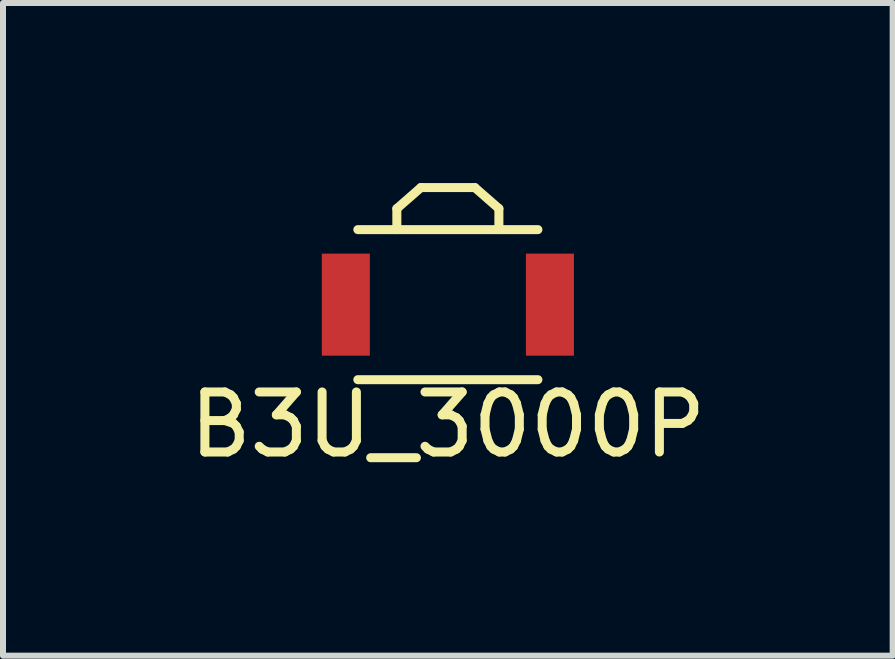
<source format=kicad_pcb>
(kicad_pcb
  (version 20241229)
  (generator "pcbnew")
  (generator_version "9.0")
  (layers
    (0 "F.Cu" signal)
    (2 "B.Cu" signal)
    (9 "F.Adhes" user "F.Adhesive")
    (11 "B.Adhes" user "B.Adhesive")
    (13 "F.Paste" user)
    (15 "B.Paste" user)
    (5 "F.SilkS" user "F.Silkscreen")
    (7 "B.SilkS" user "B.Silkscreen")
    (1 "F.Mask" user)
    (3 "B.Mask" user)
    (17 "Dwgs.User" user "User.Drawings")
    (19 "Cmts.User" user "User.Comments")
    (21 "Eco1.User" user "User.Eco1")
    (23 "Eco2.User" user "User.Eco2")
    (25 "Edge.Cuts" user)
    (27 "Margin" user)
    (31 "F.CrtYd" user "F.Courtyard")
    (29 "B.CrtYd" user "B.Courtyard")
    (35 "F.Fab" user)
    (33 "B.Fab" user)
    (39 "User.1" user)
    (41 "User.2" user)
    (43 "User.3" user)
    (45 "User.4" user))
  (footprint "B3U_3000P"
    (layer "F.Cu")
    (at 4.411 2.025)
    (property "Reference" "B3U_3000P" (at 0 2 0) (layer "F.SilkS") (effects (font (size 1 1) (thickness 0.15))))
    (attr through_hole)
    (fp_line (start -1.5 -1.25) (end 1.5 -1.25) (stroke (width 0.15) (type solid)) (layer "F.SilkS"))
    (fp_line (start -1.5 1.25) (end 1.5 1.25) (stroke (width 0.15) (type solid)) (layer "F.SilkS"))
    (fp_line (start -0.85 -1.6) (end -0.85 -1.25) (stroke (width 0.15) (type solid)) (layer "F.SilkS"))
    (fp_line (start -0.45 -1.95) (end -0.85 -1.6) (stroke (width 0.15) (type solid)) (layer "F.SilkS"))
    (fp_line (start -0.45 -1.95) (end 0.45 -1.95) (stroke (width 0.15) (type solid)) (layer "F.SilkS"))
    (fp_line (start 0.45 -1.95) (end 0.85 -1.6) (stroke (width 0.15) (type solid)) (layer "F.SilkS"))
    (fp_line (start 0.85 -1.6) (end 0.85 -1.25) (stroke (width 0.15) (type solid)) (layer "F.SilkS"))
    (pad "1" smd rect (at -1.7 0) (size 0.8 1.7) (layers "F.Cu" "F.Mask" "F.Paste"))
    (pad "2" smd rect (at 1.7 0) (size 0.8 1.7) (layers "F.Cu" "F.Mask" "F.Paste")))
  (gr_rect
    (start -3 -3)
    (end 11.821 7.873)
    (stroke (width 0.1) (type default))
    (fill no)
    (layer "Edge.Cuts")))
</source>
